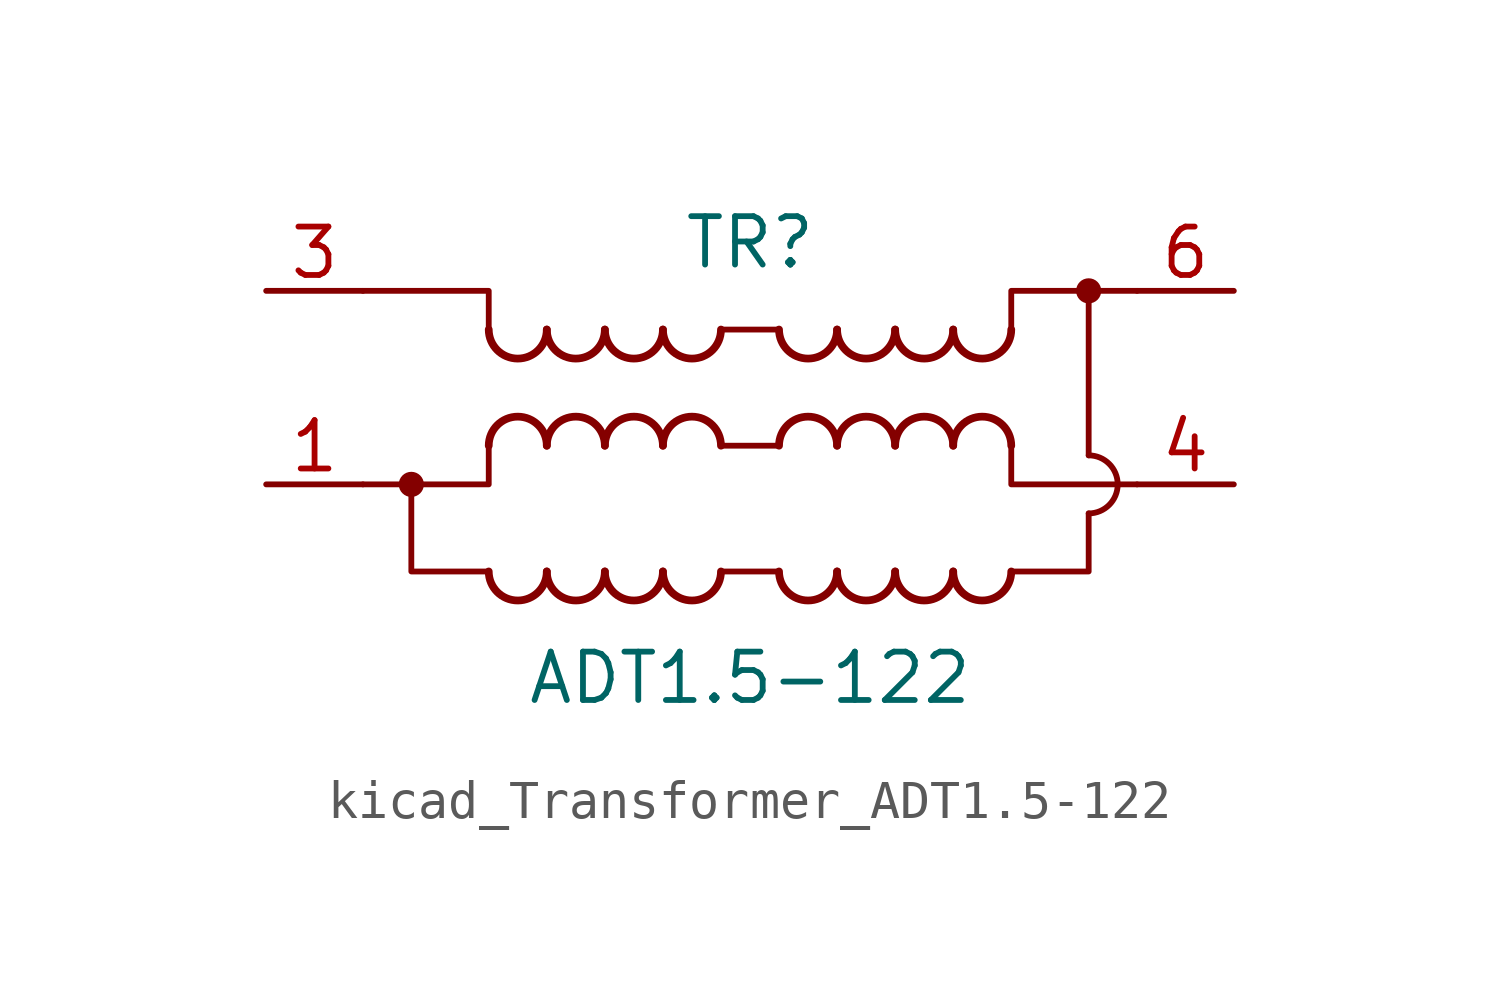
<source format=kicad_sym>
(kicad_symbol_lib
  (version 20220914)
  (generator kicad_symbol_editor)
  (symbol "kicad_Transformer_ADT1.5-122"
    (pin_names hide)
    (property "Reference" "TR"
      (at 0 3.81 0)
      (effects (font (size 1.27 1.27))))
    (property "Value" "ADT1.5-122"
      (at 0 -7.62 0)
      (effects (font (size 1.27 1.27))))
    (symbol "kicad_Transformer_ADT1.5-122_0_1"
      (circle (center -8.89 -2.54) (radius 0.254) (stroke (width 0) (type default)) (fill (type outline)))
      (arc (start -6.858 -4.826) (mid -6.096 -5.5847) (end -5.334 -4.826) (stroke (width 0.2032) (type default)) (fill (type none)))
      (arc (start -6.858 1.524) (mid -6.096 0.7653) (end -5.334 1.524) (stroke (width 0.2032) (type default)) (fill (type none)))
      (arc (start -5.334 -4.826) (mid -4.572 -5.5847) (end -3.81 -4.826) (stroke (width 0.2032) (type default)) (fill (type none)))
      (arc (start -5.334 -1.524) (mid -6.096 -0.7653) (end -6.858 -1.524) (stroke (width 0.2032) (type default)) (fill (type none)))
      (arc (start -5.334 1.524) (mid -4.572 0.7653) (end -3.81 1.524) (stroke (width 0.2032) (type default)) (fill (type none)))
      (arc (start -3.81 -4.826) (mid -3.048 -5.5847) (end -2.286 -4.826) (stroke (width 0.2032) (type default)) (fill (type none)))
      (arc (start -3.81 -1.524) (mid -4.572 -0.7653) (end -5.334 -1.524) (stroke (width 0.2032) (type default)) (fill (type none)))
      (arc (start -3.81 1.524) (mid -3.048 0.7653) (end -2.286 1.524) (stroke (width 0.2032) (type default)) (fill (type none)))
      (arc (start -2.286 -4.826) (mid -1.524 -5.5847) (end -0.762 -4.826) (stroke (width 0.2032) (type default)) (fill (type none)))
      (arc (start -2.286 -1.524) (mid -3.048 -0.7653) (end -3.81 -1.524) (stroke (width 0.2032) (type default)) (fill (type none)))
      (arc (start -2.286 1.524) (mid -1.524 0.7653) (end -0.762 1.524) (stroke (width 0.2032) (type default)) (fill (type none)))
      (arc (start -0.762 -1.524) (mid -1.524 -0.7653) (end -2.286 -1.524) (stroke (width 0.2032) (type default)) (fill (type none)))
      (polyline (pts (xy -0.762 -1.524) (xy 0.762 -1.524)) (stroke (width 0) (type default)) (fill (type none)))
      (polyline (pts (xy -0.762 1.524) (xy 0.762 1.524)) (stroke (width 0) (type default)) (fill (type none)))
      (polyline (pts (xy 0.762 -4.826) (xy -0.762 -4.826)) (stroke (width 0) (type default)) (fill (type none)))
      (polyline (pts (xy 8.89 -1.778) (xy 8.89 2.54)) (stroke (width 0) (type default)) (fill (type none)))
      (polyline (pts (xy -6.858 -4.826) (xy -8.89 -4.826) (xy -8.89 -2.54)) (stroke (width 0) (type default)) (fill (type none)))
      (polyline (pts (xy -6.858 -1.524) (xy -6.858 -2.54) (xy -10.16 -2.54)) (stroke (width 0) (type default)) (fill (type none)))
      (polyline (pts (xy -6.858 1.524) (xy -6.858 2.54) (xy -10.16 2.54)) (stroke (width 0) (type default)) (fill (type none)))
      (polyline (pts (xy 6.858 -4.826) (xy 8.89 -4.826) (xy 8.89 -3.302)) (stroke (width 0) (type default)) (fill (type none)))
      (polyline (pts (xy 6.858 -1.524) (xy 6.858 -2.54) (xy 10.16 -2.54)) (stroke (width 0) (type default)) (fill (type none)))
      (polyline (pts (xy 6.858 1.524) (xy 6.858 2.54) (xy 10.16 2.54)) (stroke (width 0) (type default)) (fill (type none)))
      (arc (start 0.762 -4.826) (mid 1.524 -5.5847) (end 2.286 -4.826) (stroke (width 0.2032) (type default)) (fill (type none)))
      (arc (start 0.762 1.524) (mid 1.524 0.7653) (end 2.286 1.524) (stroke (width 0.2032) (type default)) (fill (type none)))
      (arc (start 2.286 -4.826) (mid 3.048 -5.5847) (end 3.81 -4.826) (stroke (width 0.2032) (type default)) (fill (type none)))
      (arc (start 2.286 -1.524) (mid 1.524 -0.7653) (end 0.762 -1.524) (stroke (width 0.2032) (type default)) (fill (type none)))
      (arc (start 2.286 1.524) (mid 3.048 0.7653) (end 3.81 1.524) (stroke (width 0.2032) (type default)) (fill (type none)))
      (arc (start 3.81 -4.826) (mid 4.572 -5.5847) (end 5.334 -4.826) (stroke (width 0.2032) (type default)) (fill (type none)))
      (arc (start 3.81 -1.524) (mid 3.048 -0.7653) (end 2.286 -1.524) (stroke (width 0.2032) (type default)) (fill (type none)))
      (arc (start 3.81 1.524) (mid 4.572 0.7653) (end 5.334 1.524) (stroke (width 0.2032) (type default)) (fill (type none)))
      (arc (start 5.334 -4.826) (mid 6.096 -5.5847) (end 6.858 -4.826) (stroke (width 0.2032) (type default)) (fill (type none)))
      (arc (start 5.334 -1.524) (mid 4.572 -0.7653) (end 3.81 -1.524) (stroke (width 0.2032) (type default)) (fill (type none)))
      (arc (start 5.334 1.524) (mid 6.096 0.7653) (end 6.858 1.524) (stroke (width 0.2032) (type default)) (fill (type none)))
      (arc (start 6.858 -1.524) (mid 6.096 -0.7653) (end 5.334 -1.524) (stroke (width 0.2032) (type default)) (fill (type none)))
      (arc (start 8.89 -3.302) (mid 9.6487 -2.54) (end 8.89 -1.778) (stroke (width 0) (type default)) (fill (type none)))
      (circle (center 8.89 2.54) (radius 0.254) (stroke (width 0) (type default)) (fill (type outline))))
    (symbol "kicad_Transformer_ADT1.5-122_1_1"
      (pin passive line (at -12.7 -2.54 0) (length 2.54) (name "~" (effects (font (size 1.27 1.27)))) (number "1" (effects (font (size 1.27 1.27)))))
      (pin passive line (at -12.7 -2.54 0) (length 2.54) hide (name "~" (effects (font (size 1.27 1.27)))) (number "2" (effects (font (size 1.27 1.27)))))
      (pin passive line (at -12.7 2.54 0) (length 2.54) (name "~" (effects (font (size 1.27 1.27)))) (number "3" (effects (font (size 1.27 1.27)))))
      (pin passive line (at 12.7 -2.54 180) (length 2.54) (name "~" (effects (font (size 1.27 1.27)))) (number "4" (effects (font (size 1.27 1.27)))))
      (pin passive line (at 12.7 2.54 180) (length 2.54) (name "~" (effects (font (size 1.27 1.27)))) (number "6" (effects (font (size 1.27 1.27))))))))
</source>
